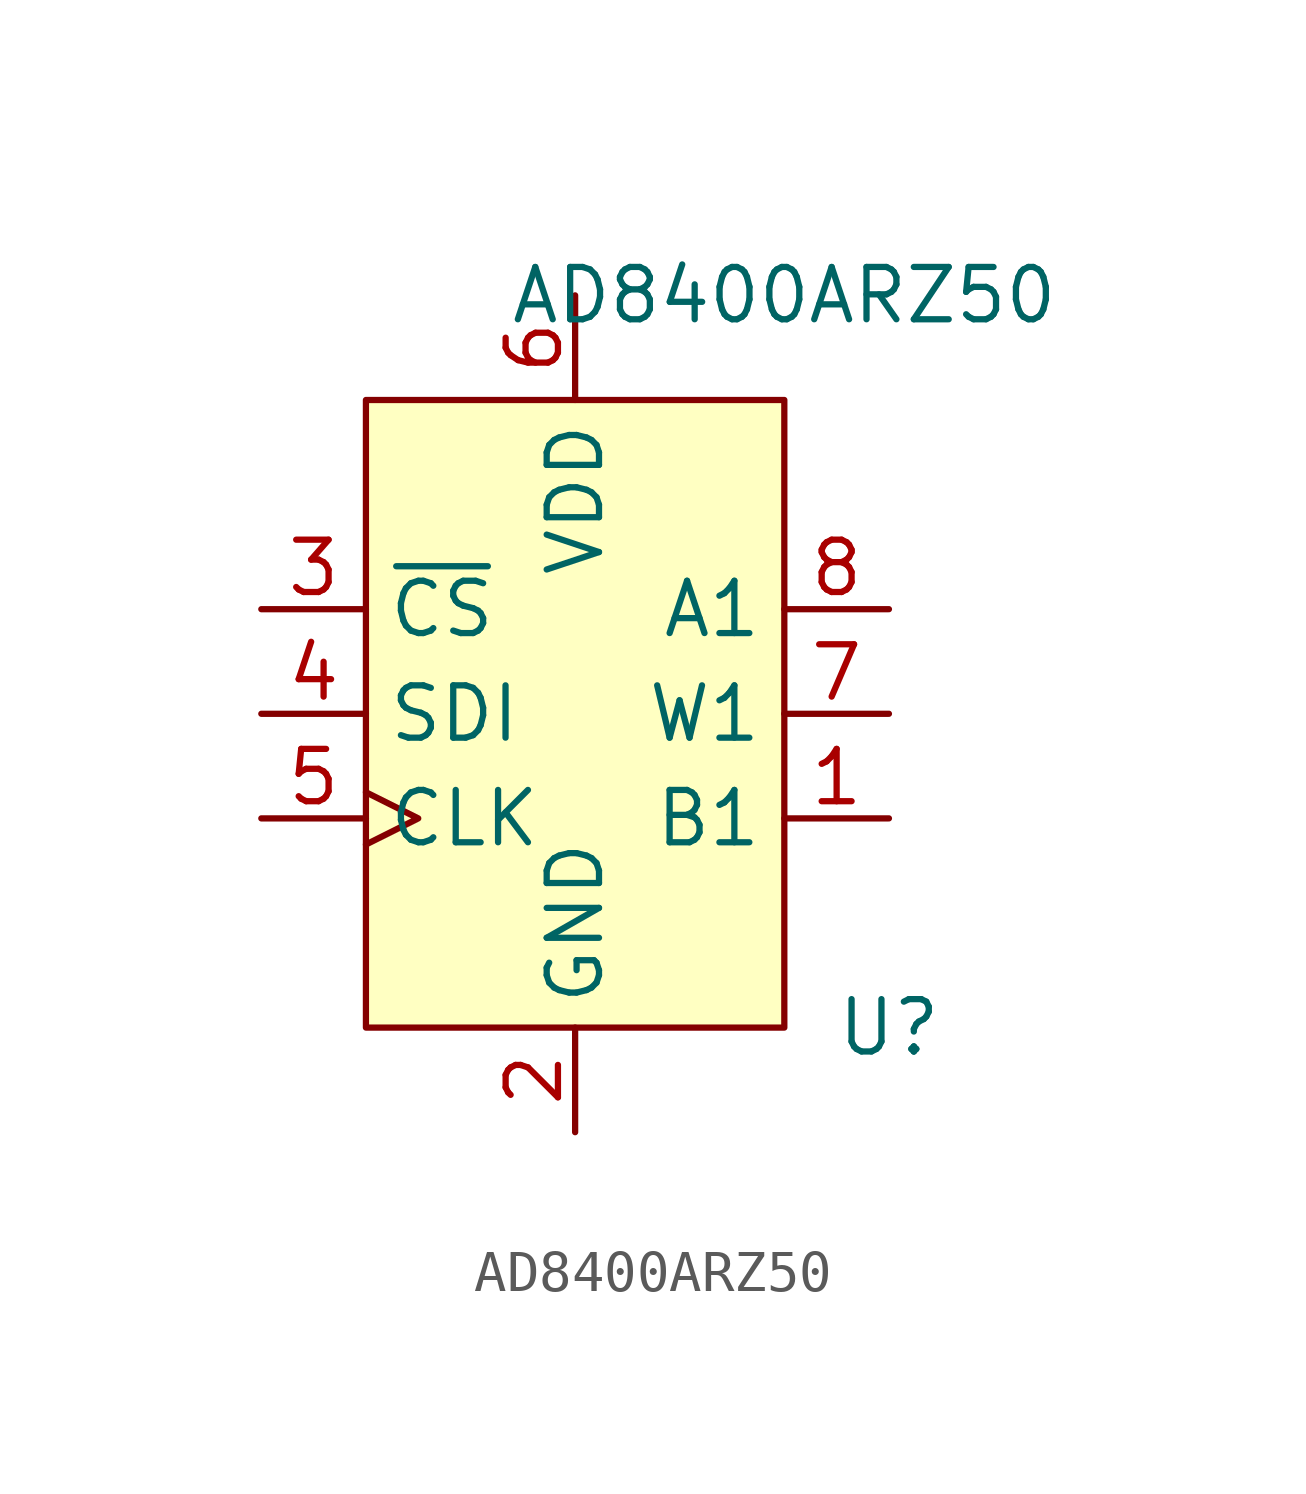
<source format=kicad_sym>
(kicad_symbol_lib
  (version 20211014)
  (generator kicad_symbol_editor)
  (symbol "AD8400ARZ50"
    (property "Reference" "U"
      (at 7.62 -7.62 0)
      (effects (font (size 1.27 1.27))))
    (property "Value" "AD8400ARZ50"
      (at 5.08 10.16 0)
      (effects (font (size 1.27 1.27))))
    (symbol "AD8400ARZ50_0_1"
      (rectangle (start -5.08 7.62) (end 5.08 -7.62) (stroke (width 0.152) (type default) (color 0 0 0 0)) (fill (type background))))
    (symbol "AD8400ARZ50_1_1"
      (pin passive line (at 7.62 -2.54 180) (length 2.54) (name "B1" (effects (font (size 1.27 1.27)))) (number "1" (effects (font (size 1.27 1.27)))))
      (pin power_in line (at 0 -10.16 90) (length 2.54) (name "GND" (effects (font (size 1.27 1.27)))) (number "2" (effects (font (size 1.27 1.27)))))
      (pin input line (at -7.62 2.54 0) (length 2.54) (name "~{CS}" (effects (font (size 1.27 1.27)))) (number "3" (effects (font (size 1.27 1.27)))))
      (pin input line (at -7.62 0 0) (length 2.54) (name "SDI" (effects (font (size 1.27 1.27)))) (number "4" (effects (font (size 1.27 1.27)))))
      (pin input clock (at -7.62 -2.54 0) (length 2.54) (name "CLK" (effects (font (size 1.27 1.27)))) (number "5" (effects (font (size 1.27 1.27)))))
      (pin power_in line (at 0 10.16 270) (length 2.54) (name "VDD" (effects (font (size 1.27 1.27)))) (number "6" (effects (font (size 1.27 1.27)))))
      (pin passive line (at 7.62 0 180) (length 2.54) (name "W1" (effects (font (size 1.27 1.27)))) (number "7" (effects (font (size 1.27 1.27)))))
      (pin passive line (at 7.62 2.54 180) (length 2.54) (name "A1" (effects (font (size 1.27 1.27)))) (number "8" (effects (font (size 1.27 1.27))))))))
</source>
